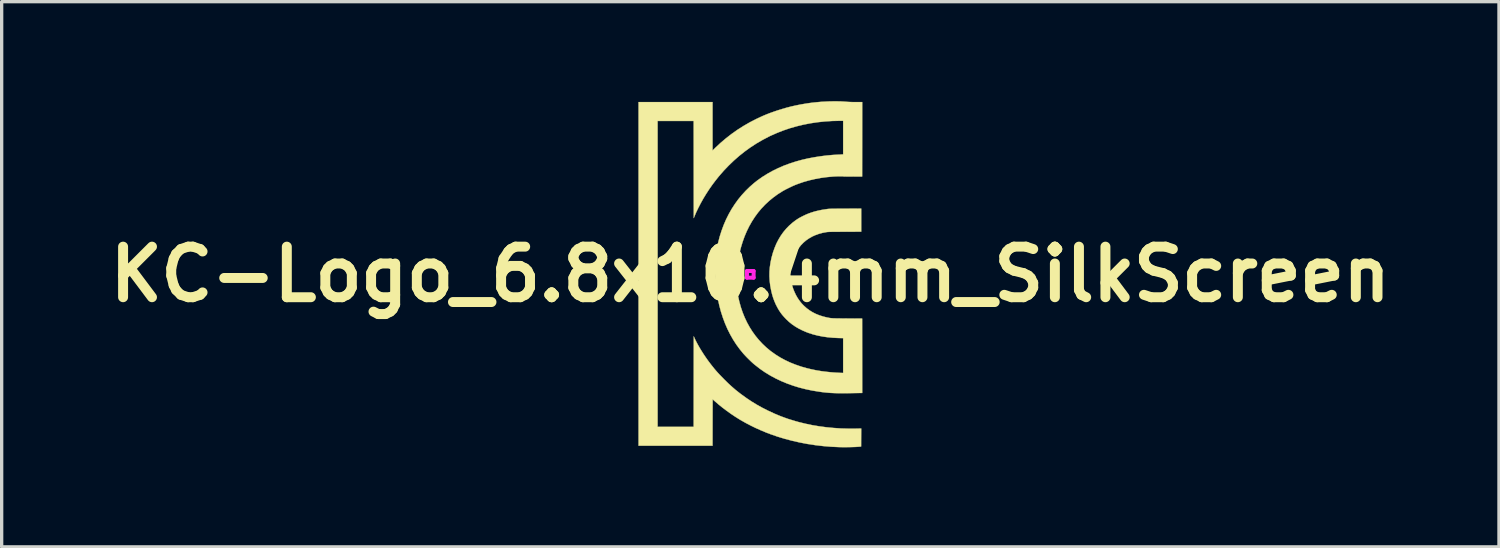
<source format=kicad_pcb>
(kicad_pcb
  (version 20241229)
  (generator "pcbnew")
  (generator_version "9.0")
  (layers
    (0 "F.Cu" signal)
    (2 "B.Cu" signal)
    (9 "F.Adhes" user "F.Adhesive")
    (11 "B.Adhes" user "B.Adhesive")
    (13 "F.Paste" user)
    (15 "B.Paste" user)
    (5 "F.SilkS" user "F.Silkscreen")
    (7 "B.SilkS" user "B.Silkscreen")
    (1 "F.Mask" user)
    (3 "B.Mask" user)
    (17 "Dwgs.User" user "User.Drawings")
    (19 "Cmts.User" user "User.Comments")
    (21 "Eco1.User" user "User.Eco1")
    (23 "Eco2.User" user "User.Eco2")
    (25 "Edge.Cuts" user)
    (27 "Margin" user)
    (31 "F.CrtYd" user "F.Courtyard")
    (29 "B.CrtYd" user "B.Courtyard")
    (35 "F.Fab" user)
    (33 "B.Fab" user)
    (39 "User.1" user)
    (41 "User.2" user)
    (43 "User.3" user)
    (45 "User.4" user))
  (footprint "KC-Logo_6.8x10.4mm_SilkScreen"
    (layer "F.Cu")
    (at 19.565 5.219)
    (property "Reference" "KC-Logo_6.8x10.4mm_SilkScreen" (at 0 0 0) (layer "F.SilkS") (effects (font (size 1.524 1.524) (thickness 0.3))))
    (attr exclude_from_pos_files exclude_from_bom)
    (fp_poly (pts (xy 2.73 -5.212) (xy 2.836 -5.206) (xy 2.921 -5.199) (xy 2.957 -5.197) (xy 3.001 -5.195) (xy 3.053 -5.193) (xy 3.115 -5.192) (xy 3.186 -5.192) (xy 3.186 -5.192) (xy 3.373 -5.192) (xy 3.372 -4.07) (xy 3.371 -2.949) (xy 3.089 -2.948) (xy 3.024 -2.947) (xy 2.967 -2.947) (xy 2.92 -2.947) (xy 2.882 -2.948) (xy 2.852 -2.948) (xy 2.829 -2.949) (xy 2.813 -2.95) (xy 2.804 -2.951) (xy 2.801 -2.952) (xy 2.794 -2.954) (xy 2.777 -2.955) (xy 2.754 -2.955) (xy 2.723 -2.955) (xy 2.687 -2.955) (xy 2.648 -2.954) (xy 2.605 -2.953) (xy 2.561 -2.951) (xy 2.516 -2.949) (xy 2.474 -2.946) (xy 2.299 -2.93) (xy 2.124 -2.906) (xy 1.95 -2.874) (xy 1.779 -2.834) (xy 1.612 -2.787) (xy 1.451 -2.732) (xy 1.372 -2.702) (xy 1.331 -2.685) (xy 1.284 -2.665) (xy 1.234 -2.641) (xy 1.181 -2.616) (xy 1.129 -2.59) (xy 1.078 -2.565) (xy 1.032 -2.54) (xy 0.991 -2.518) (xy 0.969 -2.505) (xy 0.827 -2.415) (xy 0.694 -2.318) (xy 0.567 -2.214) (xy 0.449 -2.104) (xy 0.337 -1.987) (xy 0.233 -1.862) (xy 0.137 -1.731) (xy 0.048 -1.593) (xy -0.034 -1.449) (xy -0.108 -1.297) (xy -0.175 -1.138) (xy -0.234 -0.973) (xy -0.286 -0.8) (xy -0.331 -0.621) (xy -0.368 -0.434) (xy -0.398 -0.241) (xy -0.419 -0.056) (xy -0.425 0.021) (xy -0.426 0.106) (xy -0.424 0.197) (xy -0.418 0.293) (xy -0.409 0.391) (xy -0.397 0.49) (xy -0.381 0.589) (xy -0.37 0.65) (xy -0.332 0.821) (xy -0.286 0.987) (xy -0.232 1.146) (xy -0.17 1.3) (xy -0.1 1.448) (xy -0.022 1.59) (xy 0.064 1.726) (xy 0.157 1.855) (xy 0.258 1.978) (xy 0.366 2.094) (xy 0.481 2.203) (xy 0.604 2.305) (xy 0.636 2.329) (xy 0.767 2.422) (xy 0.905 2.508) (xy 1.049 2.586) (xy 1.199 2.657) (xy 1.357 2.72) (xy 1.522 2.777) (xy 1.546 2.785) (xy 1.692 2.826) (xy 1.84 2.862) (xy 1.99 2.893) (xy 2.146 2.919) (xy 2.308 2.939) (xy 2.426 2.951) (xy 2.46 2.954) (xy 2.5 2.957) (xy 2.544 2.96) (xy 2.589 2.963) (xy 2.634 2.965) (xy 2.678 2.968) (xy 2.718 2.97) (xy 2.752 2.971) (xy 2.778 2.972) (xy 2.785 2.972) (xy 2.799 2.972) (xy 2.799 1.922) (xy 2.663 1.919) (xy 2.496 1.911) (xy 2.335 1.896) (xy 2.18 1.874) (xy 2.032 1.845) (xy 1.89 1.809) (xy 1.756 1.766) (xy 1.686 1.739) (xy 1.567 1.688) (xy 1.456 1.632) (xy 1.353 1.571) (xy 1.257 1.505) (xy 1.167 1.432) (xy 1.083 1.353) (xy 1.082 1.352) (xy 1.019 1.285) (xy 0.963 1.221) (xy 0.913 1.155) (xy 0.867 1.086) (xy 0.823 1.011) (xy 0.816 0.998) (xy 0.767 0.903) (xy 0.725 0.806) (xy 0.688 0.705) (xy 0.656 0.599) (xy 0.629 0.485) (xy 0.628 0.48) (xy 0.601 0.336) (xy 0.584 0.195) (xy 0.576 0.055) (xy 0.578 -0.084) (xy 0.59 -0.223) (xy 0.611 -0.363) (xy 0.641 -0.506) (xy 0.644 -0.515) (xy 0.684 -0.659) (xy 0.732 -0.795) (xy 0.786 -0.925) (xy 0.849 -1.047) (xy 0.918 -1.162) (xy 0.995 -1.271) (xy 1.079 -1.372) (xy 1.17 -1.466) (xy 1.268 -1.553) (xy 1.373 -1.633) (xy 1.443 -1.679) (xy 1.476 -1.699) (xy 1.517 -1.721) (xy 1.563 -1.745) (xy 1.611 -1.769) (xy 1.66 -1.792) (xy 1.707 -1.813) (xy 1.749 -1.83) (xy 1.763 -1.836) (xy 1.855 -1.868) (xy 1.951 -1.897) (xy 2.051 -1.921) (xy 2.157 -1.943) (xy 2.271 -1.961) (xy 2.327 -1.969) (xy 2.339 -1.971) (xy 2.353 -1.972) (xy 2.368 -1.973) (xy 2.386 -1.974) (xy 2.406 -1.975) (xy 2.43 -1.976) (xy 2.458 -1.977) (xy 2.491 -1.977) (xy 2.53 -1.978) (xy 2.576 -1.978) (xy 2.628 -1.979) (xy 2.688 -1.979) (xy 2.757 -1.979) (xy 2.835 -1.98) (xy 2.869 -1.98) (xy 3.343 -1.982) (xy 3.343 -1.286) (xy 2.849 -1.284) (xy 2.765 -1.284) (xy 2.691 -1.283) (xy 2.626 -1.283) (xy 2.57 -1.283) (xy 2.52 -1.282) (xy 2.478 -1.282) (xy 2.441 -1.281) (xy 2.411 -1.281) (xy 2.385 -1.28) (xy 2.363 -1.279) (xy 2.345 -1.278) (xy 2.33 -1.277) (xy 2.317 -1.276) (xy 2.305 -1.275) (xy 2.296 -1.273) (xy 2.179 -1.251) (xy 2.068 -1.221) (xy 1.962 -1.183) (xy 1.862 -1.138) (xy 1.769 -1.084) (xy 1.682 -1.024) (xy 1.602 -0.956) (xy 1.529 -0.881) (xy 1.463 -0.799) (xy 1.437 -0.762) (xy 1.416 -0.728) (xy 1.392 -0.687) (xy 1.368 -0.642) (xy 1.346 -0.597) (xy 1.325 -0.553) (xy 1.311 -0.519) (xy 1.291 -0.464) (xy 1.272 -0.404) (xy 1.255 -0.34) (xy 1.24 -0.274) (xy 1.227 -0.208) (xy 1.217 -0.144) (xy 1.209 -0.084) (xy 1.206 -0.029) (xy 1.205 0.019) (xy 1.206 0.023) (xy 1.215 0.123) (xy 1.233 0.225) (xy 1.259 0.329) (xy 1.291 0.431) (xy 1.331 0.53) (xy 1.376 0.625) (xy 1.426 0.713) (xy 1.446 0.743) (xy 1.494 0.81) (xy 1.542 0.87) (xy 1.595 0.926) (xy 1.616 0.947) (xy 1.697 1.02) (xy 1.783 1.084) (xy 1.875 1.141) (xy 1.973 1.191) (xy 2.077 1.233) (xy 2.188 1.269) (xy 2.291 1.295) (xy 2.316 1.3) (xy 2.338 1.305) (xy 2.359 1.309) (xy 2.379 1.313) (xy 2.398 1.316) (xy 2.419 1.319) (xy 2.441 1.321) (xy 2.465 1.323) (xy 2.492 1.325) (xy 2.524 1.326) (xy 2.56 1.327) (xy 2.601 1.328) (xy 2.648 1.328) (xy 2.703 1.329) (xy 2.765 1.33) (xy 2.836 1.33) (xy 2.916 1.331) (xy 2.924 1.331) (xy 3.371 1.333) (xy 3.373 3.575) (xy 3.113 3.579) (xy 3.006 3.581) (xy 2.909 3.582) (xy 2.82 3.583) (xy 2.739 3.583) (xy 2.663 3.582) (xy 2.593 3.581) (xy 2.528 3.579) (xy 2.466 3.576) (xy 2.406 3.573) (xy 2.348 3.568) (xy 2.291 3.563) (xy 2.233 3.557) (xy 2.174 3.55) (xy 2.113 3.542) (xy 2.068 3.535) (xy 1.864 3.502) (xy 1.665 3.46) (xy 1.472 3.411) (xy 1.285 3.353) (xy 1.103 3.288) (xy 0.928 3.215) (xy 0.758 3.134) (xy 0.596 3.046) (xy 0.439 2.95) (xy 0.289 2.846) (xy 0.147 2.735) (xy 0.098 2.695) (xy 0.063 2.664) (xy 0.023 2.627) (xy -0.019 2.586) (xy -0.063 2.543) (xy -0.106 2.5) (xy -0.147 2.457) (xy -0.183 2.418) (xy -0.207 2.392) (xy -0.319 2.255) (xy -0.423 2.113) (xy -0.519 1.964) (xy -0.607 1.809) (xy -0.688 1.648) (xy -0.761 1.48) (xy -0.826 1.306) (xy -0.884 1.126) (xy -0.934 0.939) (xy -0.976 0.745) (xy -1.011 0.545) (xy -1.038 0.338) (xy -1.049 0.231) (xy -1.06 0.081) (xy -1.066 -0.064) (xy -1.066 -0.204) (xy -1.06 -0.342) (xy -1.048 -0.48) (xy -1.036 -0.584) (xy -1.006 -0.774) (xy -0.968 -0.96) (xy -0.921 -1.141) (xy -0.865 -1.317) (xy -0.802 -1.487) (xy -0.731 -1.652) (xy -0.651 -1.812) (xy -0.564 -1.966) (xy -0.469 -2.113) (xy -0.367 -2.255) (xy -0.256 -2.39) (xy -0.139 -2.518) (xy -0.014 -2.64) (xy 0.118 -2.755) (xy 0.218 -2.834) (xy 0.362 -2.935) (xy 0.513 -3.03) (xy 0.671 -3.118) (xy 0.836 -3.199) (xy 1.008 -3.274) (xy 1.186 -3.34) (xy 1.371 -3.4) (xy 1.56 -3.452) (xy 1.738 -3.493) (xy 1.924 -3.528) (xy 2.113 -3.558) (xy 2.303 -3.582) (xy 2.492 -3.599) (xy 2.637 -3.607) (xy 2.673 -3.609) (xy 2.707 -3.61) (xy 2.736 -3.612) (xy 2.76 -3.613) (xy 2.776 -3.614) (xy 2.783 -3.615) (xy 2.799 -3.617) (xy 2.799 -4.628) (xy 2.694 -4.628) (xy 2.471 -4.623) (xy 2.25 -4.609) (xy 2.032 -4.586) (xy 1.817 -4.554) (xy 1.606 -4.513) (xy 1.398 -4.463) (xy 1.194 -4.405) (xy 0.995 -4.337) (xy 0.8 -4.261) (xy 0.611 -4.177) (xy 0.556 -4.15) (xy 0.367 -4.051) (xy 0.183 -3.944) (xy 0.005 -3.828) (xy -0.168 -3.703) (xy -0.335 -3.57) (xy -0.496 -3.429) (xy -0.652 -3.279) (xy -0.803 -3.121) (xy -0.948 -2.954) (xy -1.04 -2.839) (xy -1.14 -2.707) (xy -1.236 -2.57) (xy -1.328 -2.429) (xy -1.415 -2.286) (xy -1.495 -2.143) (xy -1.569 -2) (xy -1.636 -1.859) (xy -1.674 -1.769) (xy -1.704 -1.696) (xy -1.707 -4.623) (xy -2.25 -4.623) (xy -2.794 -4.623) (xy -2.794 4.597) (xy -1.707 4.597) (xy -1.706 3.233) (xy -1.704 1.868) (xy -1.679 1.926) (xy -1.648 1.992) (xy -1.61 2.066) (xy -1.568 2.143) (xy -1.521 2.225) (xy -1.47 2.308) (xy -1.417 2.392) (xy -1.361 2.476) (xy -1.305 2.557) (xy -1.249 2.634) (xy -1.192 2.709) (xy -1.139 2.776) (xy -1.089 2.839) (xy -1.038 2.899) (xy -0.986 2.958) (xy -0.931 3.018) (xy -0.872 3.079) (xy -0.807 3.145) (xy -0.793 3.16) (xy -0.726 3.226) (xy -0.665 3.286) (xy -0.607 3.34) (xy -0.551 3.39) (xy -0.496 3.438) (xy -0.441 3.485) (xy -0.383 3.531) (xy -0.322 3.579) (xy -0.272 3.617) (xy -0.114 3.731) (xy 0.045 3.837) (xy 0.208 3.936) (xy 0.374 4.028) (xy 0.547 4.115) (xy 0.727 4.198) (xy 0.831 4.242) (xy 0.933 4.283) (xy 1.036 4.321) (xy 1.141 4.358) (xy 1.251 4.392) (xy 1.367 4.427) (xy 1.46 4.453) (xy 1.659 4.502) (xy 1.864 4.545) (xy 2.074 4.58) (xy 2.289 4.609) (xy 2.507 4.63) (xy 2.727 4.645) (xy 2.949 4.651) (xy 3.169 4.651) (xy 3.343 4.647) (xy 3.341 4.918) (xy 3.34 5.189) (xy 3.307 5.193) (xy 3.263 5.196) (xy 3.21 5.2) (xy 3.15 5.203) (xy 3.085 5.205) (xy 3.016 5.207) (xy 2.945 5.208) (xy 2.874 5.209) (xy 2.804 5.209) (xy 2.737 5.208) (xy 2.68 5.207) (xy 2.439 5.196) (xy 2.199 5.176) (xy 1.96 5.148) (xy 1.723 5.112) (xy 1.489 5.067) (xy 1.259 5.015) (xy 1.033 4.955) (xy 0.812 4.888) (xy 0.597 4.813) (xy 0.472 4.765) (xy 0.31 4.697) (xy 0.156 4.628) (xy 0.007 4.555) (xy -0.14 4.478) (xy -0.286 4.395) (xy -0.333 4.367) (xy -0.457 4.289) (xy -0.584 4.204) (xy -0.711 4.113) (xy -0.836 4.019) (xy -0.956 3.922) (xy -1.068 3.826) (xy -1.085 3.811) (xy -1.135 3.765) (xy -1.137 4.466) (xy -1.138 5.166) (xy -3.368 5.166) (xy -3.368 -5.192) (xy -1.138 -5.192) (xy -1.138 -3.732) (xy -1.058 -3.811) (xy -0.901 -3.958) (xy -0.736 -4.098) (xy -0.565 -4.231) (xy -0.388 -4.356) (xy -0.204 -4.473) (xy -0.015 -4.582) (xy 0.181 -4.683) (xy 0.309 -4.743) (xy 0.373 -4.772) (xy 0.434 -4.798) (xy 0.492 -4.822) (xy 0.55 -4.845) (xy 0.609 -4.867) (xy 0.673 -4.89) (xy 0.742 -4.914) (xy 0.813 -4.938) (xy 0.956 -4.983) (xy 1.098 -5.024) (xy 1.241 -5.061) (xy 1.386 -5.093) (xy 1.537 -5.123) (xy 1.694 -5.149) (xy 1.773 -5.161) (xy 1.887 -5.176) (xy 2.006 -5.188) (xy 2.129 -5.199) (xy 2.252 -5.206) (xy 2.376 -5.212) (xy 2.498 -5.214) (xy 2.616 -5.214) (xy 2.73 -5.212)) (stroke (width 0.01) (type solid)) (fill yes) (layer "F.SilkS"))
    (fp_line (start -0.1 -0.1) (end 0.1 -0.1) (stroke (width 0.12) (type solid)) (layer "F.CrtYd"))
    (fp_line (start -0.1 0.1) (end -0.1 -0.1) (stroke (width 0.12) (type solid)) (layer "F.CrtYd"))
    (fp_line (start 0.1 -0.1) (end 0.1 0.1) (stroke (width 0.12) (type solid)) (layer "F.CrtYd"))
    (fp_line (start 0.1 0.1) (end -0.1 0.1) (stroke (width 0.12) (type solid)) (layer "F.CrtYd")))
  (gr_rect
    (start -3 -3)
    (end 42.131 13.433)
    (stroke (width 0.1) (type default))
    (fill no)
    (layer "Edge.Cuts")))
</source>
